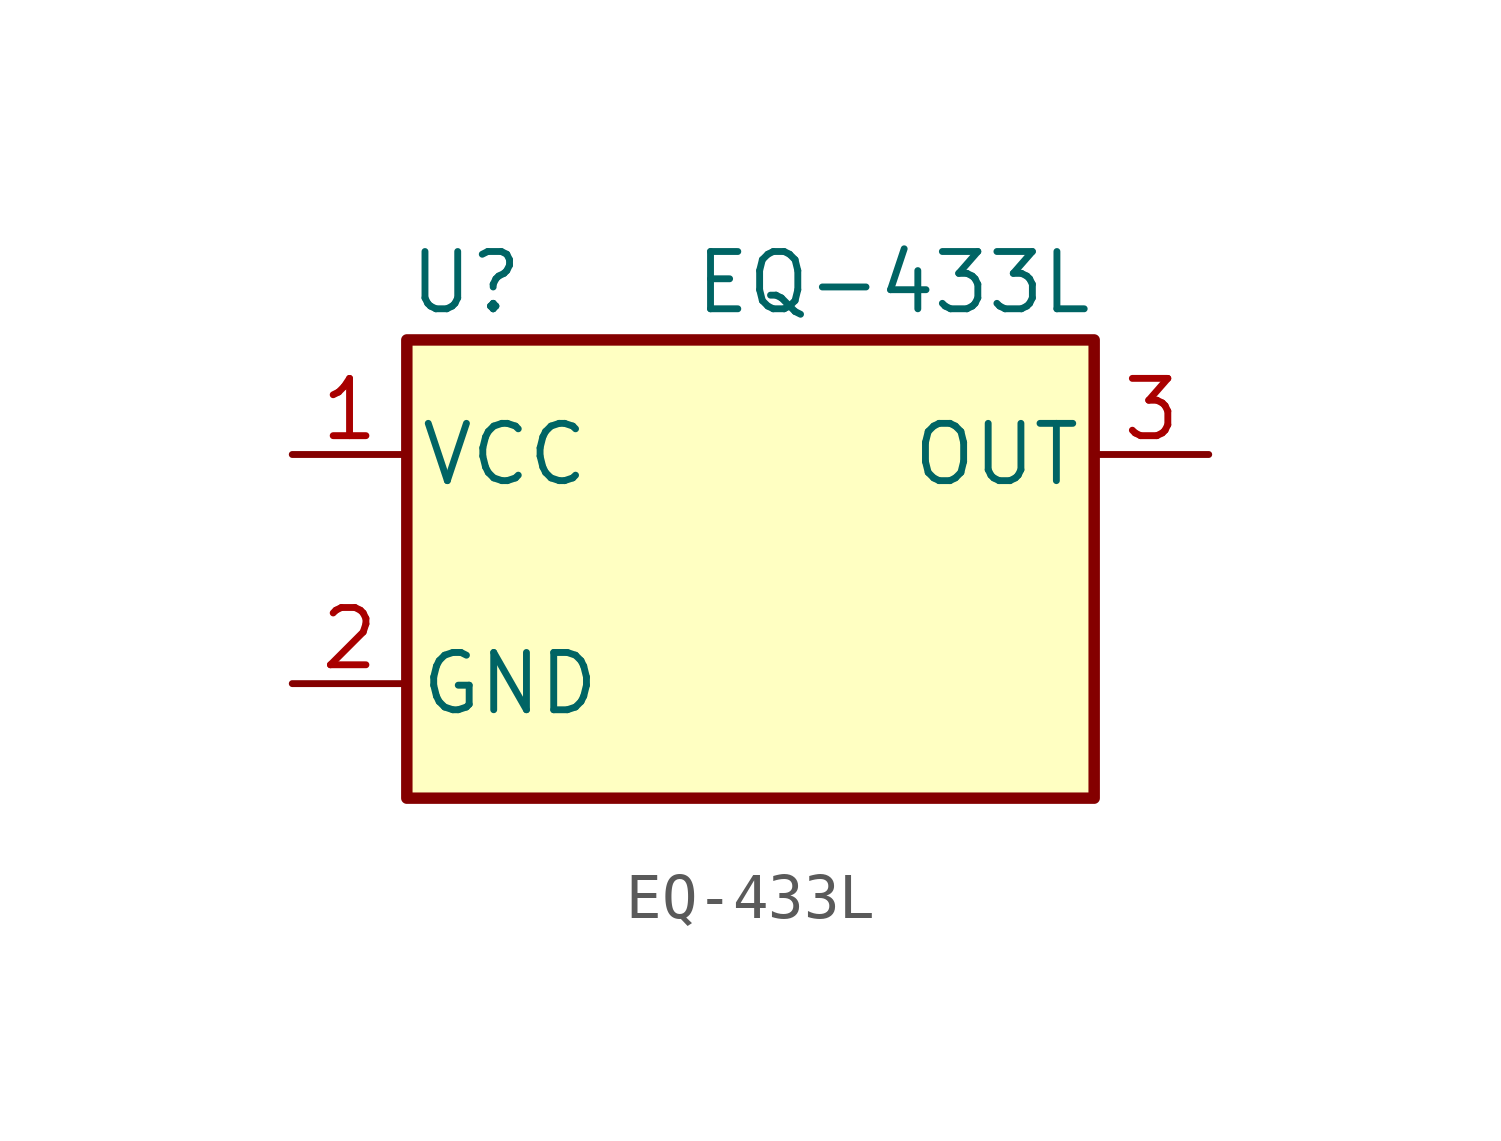
<source format=kicad_sym>
(kicad_symbol_lib
  (version 20211014)
  (generator kicad_symbol_editor)
  (symbol "EQ-433L"
    (pin_names
      (offset 0.254))
    (property "Reference" "U"
      (at -7.62 6.35 0)
      (effects (font (size 1.27 1.27)) (justify left)))
    (property "Value" "EQ-433L"
      (at 7.62 6.35 0)
      (effects (font (size 1.27 1.27)) (justify right)))
    (symbol "EQ-433L_0_1"
      (rectangle (start -7.62 5.08) (end 7.62 -5.08) (stroke (width 0.254) (type default) (color 0 0 0 0)) (fill (type background))))
    (symbol "EQ-433L_1_1"
      (pin power_in line (at -10.16 2.54 0) (length 2.54) (name "VCC" (effects (font (size 1.27 1.27)))) (number "1" (effects (font (size 1.27 1.27)))))
      (pin power_in line (at -10.16 -2.54 0) (length 2.54) (name "GND" (effects (font (size 1.27 1.27)))) (number "2" (effects (font (size 1.27 1.27)))))
      (pin output line (at 10.16 2.54 180) (length 2.54) (name "OUT" (effects (font (size 1.27 1.27)))) (number "3" (effects (font (size 1.27 1.27))))))))
</source>
